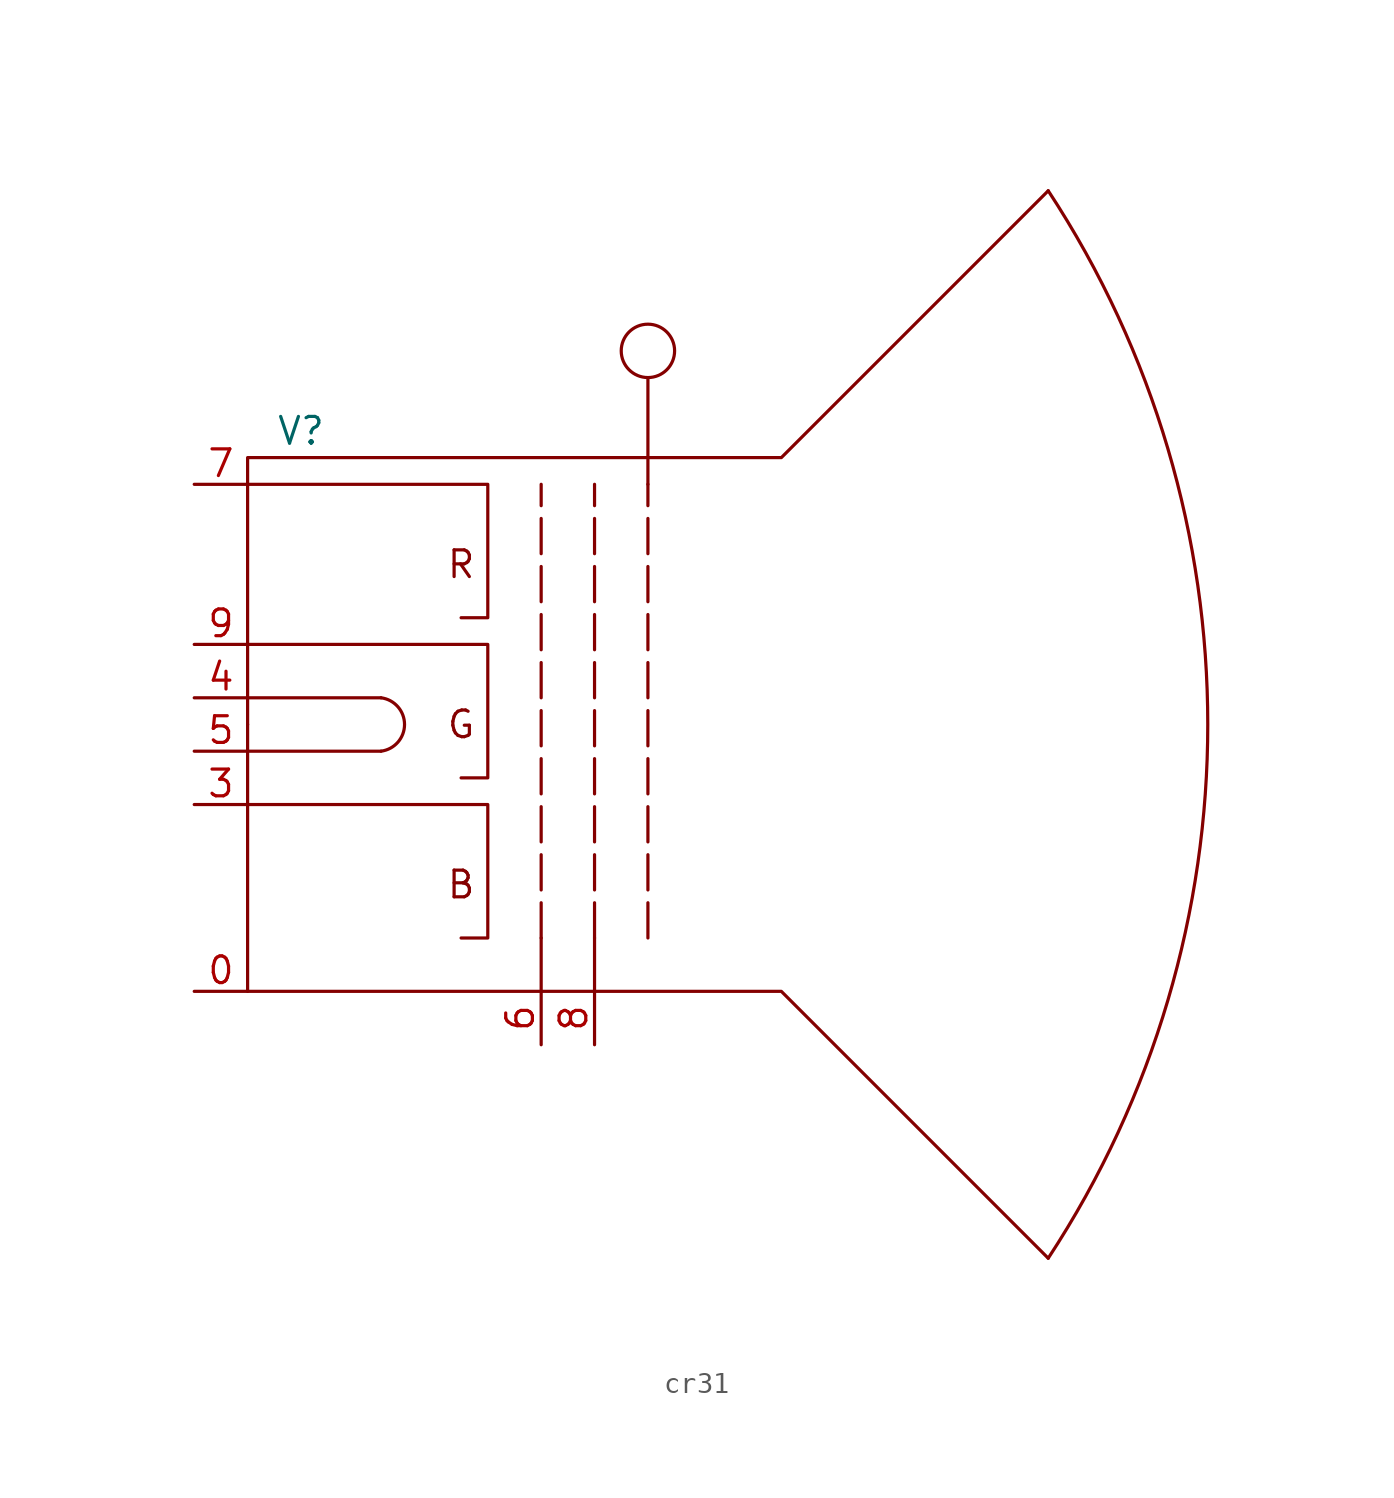
<source format=kicad_sym>
(kicad_symbol_lib
  (version 20220914)
  (generator kicad_symbol_editor)
  (symbol "cr31"
    (property "Reference" "V"
      (at 2.54 13.97 0)
      (effects (font (size 1.27 1.27))))
    (property "Value" ""
      (at 0 0 0)
      (effects (font (size 1.27 1.27))))
    (symbol "cr31_0_1"
      (polyline (pts (xy 0 -1.27) (xy 6.35 -1.27)) (stroke (width 0) (type default)) (fill (type none)))
      (polyline (pts (xy 0 1.27) (xy 6.35 1.27)) (stroke (width 0) (type default)) (fill (type none)))
      (polyline (pts (xy 0 -3.81) (xy 11.43 -3.81) (xy 11.43 -10.16) (xy 10.16 -10.16)) (stroke (width 0) (type default)) (fill (type none)))
      (polyline (pts (xy 0 0) (xy 0 -12.7) (xy 25.4 -12.7) (xy 38.1 -25.4)) (stroke (width 0) (type default)) (fill (type none)))
      (polyline (pts (xy 0 0) (xy 0 12.7) (xy 25.4 12.7) (xy 38.1 25.4)) (stroke (width 0) (type default)) (fill (type none)))
      (polyline (pts (xy 10.16 -2.54) (xy 11.43 -2.54) (xy 11.43 3.81) (xy 0 3.81)) (stroke (width 0) (type default)) (fill (type none)))
      (polyline (pts (xy 10.16 5.08) (xy 11.43 5.08) (xy 11.43 11.43) (xy 0 11.43)) (stroke (width 0) (type default)) (fill (type none)))
      (arc (start 6.35 -1.27) (mid 7.4703 0) (end 6.35 1.27) (stroke (width 0) (type default)) (fill (type none)))
      (arc (start 38.1 -25.4) (mid 45.6931 0) (end 38.1 25.4) (stroke (width 0) (type default)) (fill (type none))))
    (symbol "cr31_1_1"
      (polyline (pts (xy 13.97 -10.16) (xy 13.97 -12.7)) (stroke (width 0) (type default)) (fill (type none)))
      (polyline (pts (xy 13.97 -10.16) (xy 13.97 11.43)) (stroke (width 0) (type dash)) (fill (type none)))
      (polyline (pts (xy 16.51 -12.7) (xy 16.51 -10.16)) (stroke (width 0) (type default)) (fill (type none)))
      (polyline (pts (xy 16.51 -10.16) (xy 16.51 11.43)) (stroke (width 0) (type dash)) (fill (type none)))
      (polyline (pts (xy 19.05 -10.16) (xy 19.05 11.43)) (stroke (width 0) (type dash)) (fill (type none)))
      (polyline (pts (xy 19.05 11.43) (xy 19.05 16.51)) (stroke (width 0) (type default)) (fill (type none)))
      (circle (center 19.05 17.78) (radius 1.27) (stroke (width 0) (type default)) (fill (type none)))
      (text "B" (at 10.16 -7.62 0) (effects (font (size 1.27 1.27))))
      (text "G" (at 10.16 0 0) (effects (font (size 1.27 1.27))))
      (text "R" (at 10.16 7.62 0) (effects (font (size 1.27 1.27))))
      (pin passive line (at -2.54 -12.7 0) (length 2.54) (name "" (effects (font (size 1.27 1.27)))) (number "0" (effects (font (size 1.27 1.27)))))
      (pin passive line (at -2.54 -3.81 0) (length 2.54) (name "" (effects (font (size 1.27 1.27)))) (number "3" (effects (font (size 1.27 1.27)))))
      (pin passive line (at -2.54 1.27 0) (length 2.54) (name "" (effects (font (size 1.27 1.27)))) (number "4" (effects (font (size 1.27 1.27)))))
      (pin passive line (at -2.54 -1.27 0) (length 2.54) (name "" (effects (font (size 1.27 1.27)))) (number "5" (effects (font (size 1.27 1.27)))))
      (pin passive line (at 13.97 -15.24 90) (length 2.54) (name "" (effects (font (size 1.27 1.27)))) (number "6" (effects (font (size 1.27 1.27)))))
      (pin passive line (at -2.54 11.43 0) (length 2.54) (name "" (effects (font (size 1.27 1.27)))) (number "7" (effects (font (size 1.27 1.27)))))
      (pin passive line (at 16.51 -15.24 90) (length 2.54) (name "" (effects (font (size 1.27 1.27)))) (number "8" (effects (font (size 1.27 1.27)))))
      (pin passive line (at -2.54 3.81 0) (length 2.54) (name "" (effects (font (size 1.27 1.27)))) (number "9" (effects (font (size 1.27 1.27))))))))
</source>
